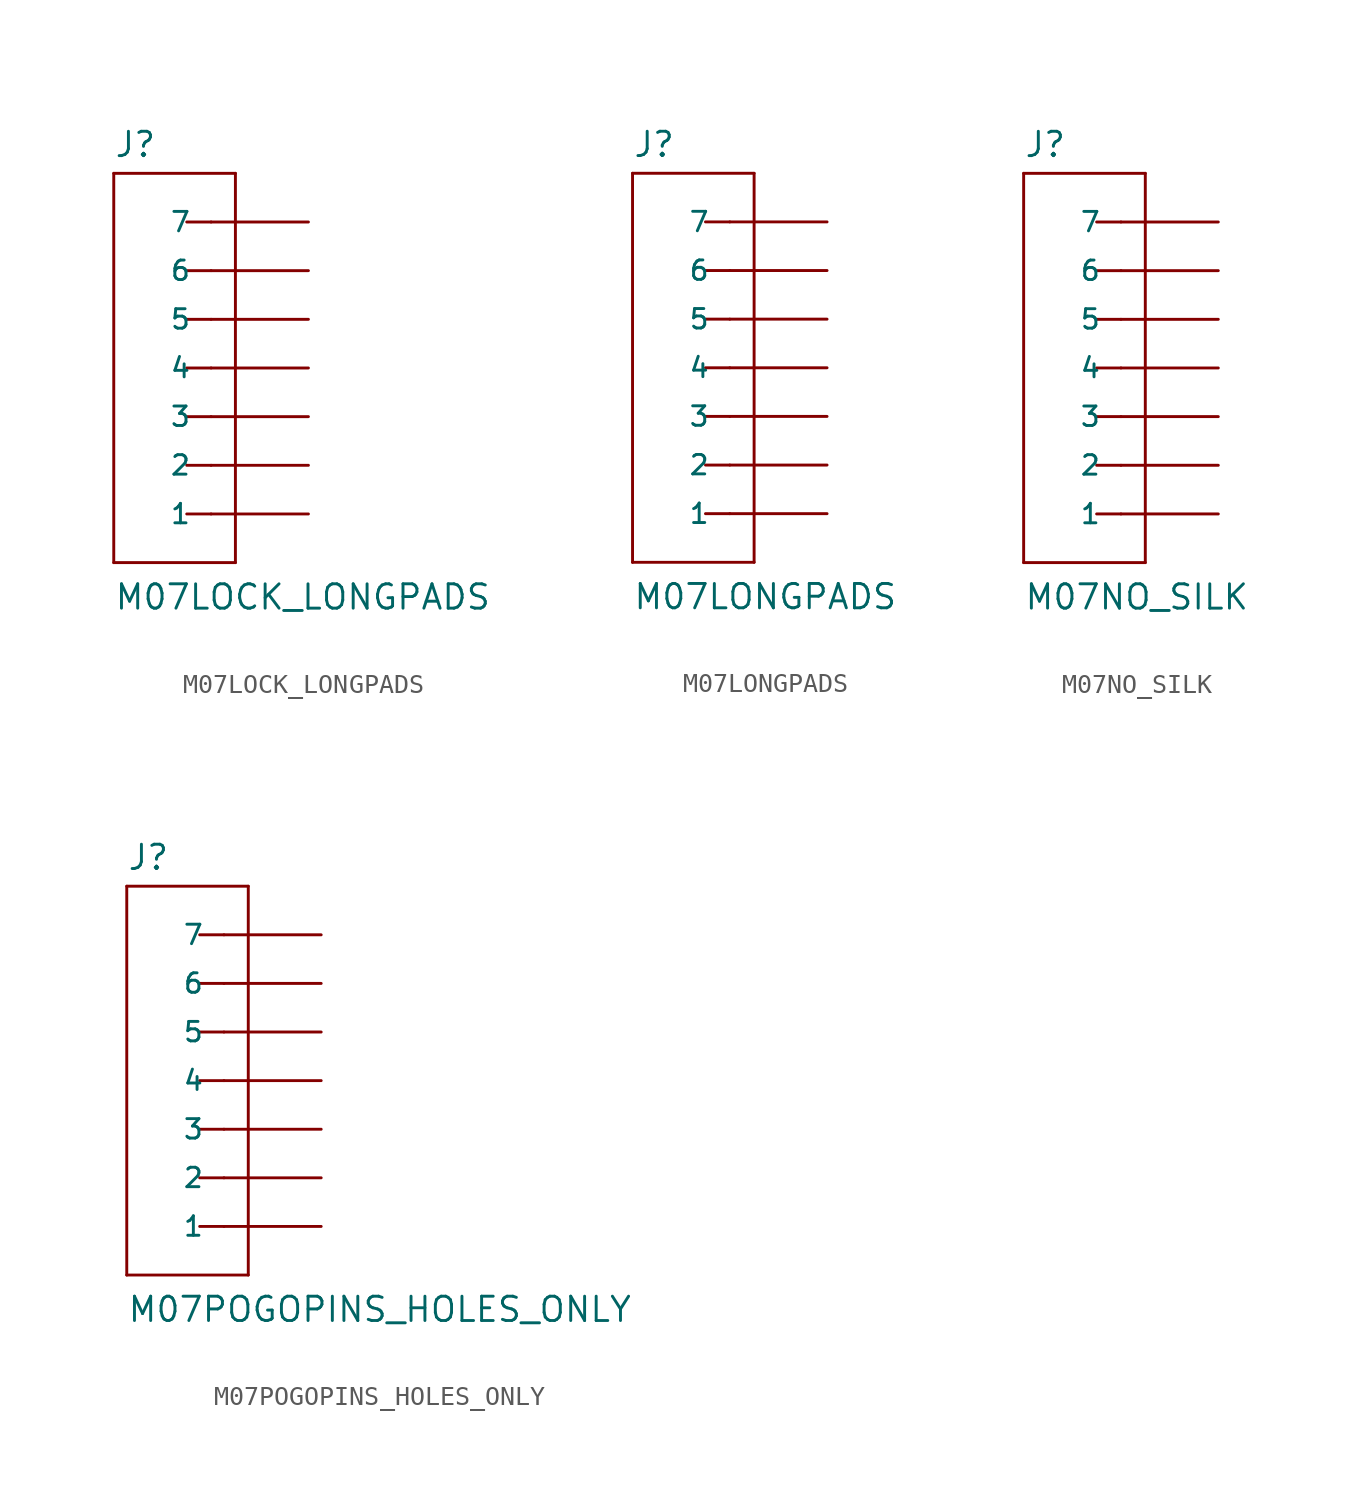
<source format=kicad_sym>
(kicad_symbol_lib
  (version 20211014)
  (generator kicad_symbol_editor)
  (symbol "M07LOCK_LONGPADS"
    (pin_numbers hide)
    (pin_names
      (offset 1.016))
    (property "Reference" "J"
      (at -5.08 13.462 0)
      (effects (font (size 1.27 1.27)) (justify left bottom)))
    (property "Value" "M07LOCK_LONGPADS"
      (at -5.08 -10.16 0)
      (effects (font (size 1.27 1.27)) (justify left bottom)))
    (property "Datasheet" ""
      (at 0 0 0)
      (effects (font (size 1.524 1.524))))
    (property "ki_locked" ""
      (at 0 0 0)
      (effects (font (size 1.27 1.27))))
    (symbol "M07LOCK_LONGPADS_1_0"
      (polyline (pts (xy -5.08 12.7) (xy -5.08 -7.62)) (stroke (width 0) (type default) (color 0 0 0 0)) (fill (type none)))
      (polyline (pts (xy -5.08 12.7) (xy 1.27 12.7)) (stroke (width 0) (type default) (color 0 0 0 0)) (fill (type none)))
      (polyline (pts (xy -1.27 -5.08) (xy 0 -5.08)) (stroke (width 0) (type default) (color 0 0 0 0)) (fill (type none)))
      (polyline (pts (xy -1.27 -2.54) (xy 0 -2.54)) (stroke (width 0) (type default) (color 0 0 0 0)) (fill (type none)))
      (polyline (pts (xy -1.27 0) (xy 0 0)) (stroke (width 0) (type default) (color 0 0 0 0)) (fill (type none)))
      (polyline (pts (xy -1.27 2.54) (xy 0 2.54)) (stroke (width 0) (type default) (color 0 0 0 0)) (fill (type none)))
      (polyline (pts (xy -1.27 5.08) (xy 0 5.08)) (stroke (width 0) (type default) (color 0 0 0 0)) (fill (type none)))
      (polyline (pts (xy -1.27 7.62) (xy 0 7.62)) (stroke (width 0) (type default) (color 0 0 0 0)) (fill (type none)))
      (polyline (pts (xy -1.27 10.16) (xy 0 10.16)) (stroke (width 0) (type default) (color 0 0 0 0)) (fill (type none)))
      (polyline (pts (xy 1.27 -7.62) (xy -5.08 -7.62)) (stroke (width 0) (type default) (color 0 0 0 0)) (fill (type none)))
      (polyline (pts (xy 1.27 -7.62) (xy 1.27 12.7)) (stroke (width 0) (type default) (color 0 0 0 0)) (fill (type none))))
    (symbol "M07LOCK_LONGPADS_1_1"
      (pin passive line (at 5.08 -5.08 180) (length 5.08) (name "1" (effects (font (size 1.016 1.016)))) (number "1" (effects (font (size 1.016 1.016)))))
      (pin passive line (at 5.08 -2.54 180) (length 5.08) (name "2" (effects (font (size 1.016 1.016)))) (number "2" (effects (font (size 1.016 1.016)))))
      (pin passive line (at 5.08 0 180) (length 5.08) (name "3" (effects (font (size 1.016 1.016)))) (number "3" (effects (font (size 1.016 1.016)))))
      (pin passive line (at 5.08 2.54 180) (length 5.08) (name "4" (effects (font (size 1.016 1.016)))) (number "4" (effects (font (size 1.016 1.016)))))
      (pin passive line (at 5.08 5.08 180) (length 5.08) (name "5" (effects (font (size 1.016 1.016)))) (number "5" (effects (font (size 1.016 1.016)))))
      (pin passive line (at 5.08 7.62 180) (length 5.08) (name "6" (effects (font (size 1.016 1.016)))) (number "6" (effects (font (size 1.016 1.016)))))
      (pin passive line (at 5.08 10.16 180) (length 5.08) (name "7" (effects (font (size 1.016 1.016)))) (number "7" (effects (font (size 1.016 1.016)))))))
  (symbol "M07LONGPADS"
    (pin_numbers hide)
    (pin_names
      (offset 1.016))
    (property "Reference" "J"
      (at -5.08 13.462 0)
      (effects (font (size 1.27 1.27)) (justify left bottom)))
    (property "Value" "M07LONGPADS"
      (at -5.08 -10.16 0)
      (effects (font (size 1.27 1.27)) (justify left bottom)))
    (property "Datasheet" ""
      (at 0 0 0)
      (effects (font (size 1.524 1.524))))
    (property "ki_locked" ""
      (at 0 0 0)
      (effects (font (size 1.27 1.27))))
    (symbol "M07LONGPADS_1_0"
      (polyline (pts (xy -5.08 12.7) (xy -5.08 -7.62)) (stroke (width 0) (type default) (color 0 0 0 0)) (fill (type none)))
      (polyline (pts (xy -5.08 12.7) (xy 1.27 12.7)) (stroke (width 0) (type default) (color 0 0 0 0)) (fill (type none)))
      (polyline (pts (xy -1.27 -5.08) (xy 0 -5.08)) (stroke (width 0) (type default) (color 0 0 0 0)) (fill (type none)))
      (polyline (pts (xy -1.27 -2.54) (xy 0 -2.54)) (stroke (width 0) (type default) (color 0 0 0 0)) (fill (type none)))
      (polyline (pts (xy -1.27 0) (xy 0 0)) (stroke (width 0) (type default) (color 0 0 0 0)) (fill (type none)))
      (polyline (pts (xy -1.27 2.54) (xy 0 2.54)) (stroke (width 0) (type default) (color 0 0 0 0)) (fill (type none)))
      (polyline (pts (xy -1.27 5.08) (xy 0 5.08)) (stroke (width 0) (type default) (color 0 0 0 0)) (fill (type none)))
      (polyline (pts (xy -1.27 7.62) (xy 0 7.62)) (stroke (width 0) (type default) (color 0 0 0 0)) (fill (type none)))
      (polyline (pts (xy -1.27 10.16) (xy 0 10.16)) (stroke (width 0) (type default) (color 0 0 0 0)) (fill (type none)))
      (polyline (pts (xy 1.27 -7.62) (xy -5.08 -7.62)) (stroke (width 0) (type default) (color 0 0 0 0)) (fill (type none)))
      (polyline (pts (xy 1.27 -7.62) (xy 1.27 12.7)) (stroke (width 0) (type default) (color 0 0 0 0)) (fill (type none))))
    (symbol "M07LONGPADS_1_1"
      (pin passive line (at 5.08 -5.08 180) (length 5.08) (name "1" (effects (font (size 1.016 1.016)))) (number "1" (effects (font (size 1.016 1.016)))))
      (pin passive line (at 5.08 -2.54 180) (length 5.08) (name "2" (effects (font (size 1.016 1.016)))) (number "2" (effects (font (size 1.016 1.016)))))
      (pin passive line (at 5.08 0 180) (length 5.08) (name "3" (effects (font (size 1.016 1.016)))) (number "3" (effects (font (size 1.016 1.016)))))
      (pin passive line (at 5.08 2.54 180) (length 5.08) (name "4" (effects (font (size 1.016 1.016)))) (number "4" (effects (font (size 1.016 1.016)))))
      (pin passive line (at 5.08 5.08 180) (length 5.08) (name "5" (effects (font (size 1.016 1.016)))) (number "5" (effects (font (size 1.016 1.016)))))
      (pin passive line (at 5.08 7.62 180) (length 5.08) (name "6" (effects (font (size 1.016 1.016)))) (number "6" (effects (font (size 1.016 1.016)))))
      (pin passive line (at 5.08 10.16 180) (length 5.08) (name "7" (effects (font (size 1.016 1.016)))) (number "7" (effects (font (size 1.016 1.016)))))))
  (symbol "M07NO_SILK"
    (pin_numbers hide)
    (pin_names
      (offset 1.016))
    (property "Reference" "J"
      (at -5.08 13.462 0)
      (effects (font (size 1.27 1.27)) (justify left bottom)))
    (property "Value" "M07NO_SILK"
      (at -5.08 -10.16 0)
      (effects (font (size 1.27 1.27)) (justify left bottom)))
    (property "Datasheet" ""
      (at 0 0 0)
      (effects (font (size 1.524 1.524))))
    (property "ki_locked" ""
      (at 0 0 0)
      (effects (font (size 1.27 1.27))))
    (symbol "M07NO_SILK_1_0"
      (polyline (pts (xy -5.08 12.7) (xy -5.08 -7.62)) (stroke (width 0) (type default) (color 0 0 0 0)) (fill (type none)))
      (polyline (pts (xy -5.08 12.7) (xy 1.27 12.7)) (stroke (width 0) (type default) (color 0 0 0 0)) (fill (type none)))
      (polyline (pts (xy -1.27 -5.08) (xy 0 -5.08)) (stroke (width 0) (type default) (color 0 0 0 0)) (fill (type none)))
      (polyline (pts (xy -1.27 -2.54) (xy 0 -2.54)) (stroke (width 0) (type default) (color 0 0 0 0)) (fill (type none)))
      (polyline (pts (xy -1.27 0) (xy 0 0)) (stroke (width 0) (type default) (color 0 0 0 0)) (fill (type none)))
      (polyline (pts (xy -1.27 2.54) (xy 0 2.54)) (stroke (width 0) (type default) (color 0 0 0 0)) (fill (type none)))
      (polyline (pts (xy -1.27 5.08) (xy 0 5.08)) (stroke (width 0) (type default) (color 0 0 0 0)) (fill (type none)))
      (polyline (pts (xy -1.27 7.62) (xy 0 7.62)) (stroke (width 0) (type default) (color 0 0 0 0)) (fill (type none)))
      (polyline (pts (xy -1.27 10.16) (xy 0 10.16)) (stroke (width 0) (type default) (color 0 0 0 0)) (fill (type none)))
      (polyline (pts (xy 1.27 -7.62) (xy -5.08 -7.62)) (stroke (width 0) (type default) (color 0 0 0 0)) (fill (type none)))
      (polyline (pts (xy 1.27 -7.62) (xy 1.27 12.7)) (stroke (width 0) (type default) (color 0 0 0 0)) (fill (type none))))
    (symbol "M07NO_SILK_1_1"
      (pin passive line (at 5.08 -5.08 180) (length 5.08) (name "1" (effects (font (size 1.016 1.016)))) (number "1" (effects (font (size 1.016 1.016)))))
      (pin passive line (at 5.08 -2.54 180) (length 5.08) (name "2" (effects (font (size 1.016 1.016)))) (number "2" (effects (font (size 1.016 1.016)))))
      (pin passive line (at 5.08 0 180) (length 5.08) (name "3" (effects (font (size 1.016 1.016)))) (number "3" (effects (font (size 1.016 1.016)))))
      (pin passive line (at 5.08 2.54 180) (length 5.08) (name "4" (effects (font (size 1.016 1.016)))) (number "4" (effects (font (size 1.016 1.016)))))
      (pin passive line (at 5.08 5.08 180) (length 5.08) (name "5" (effects (font (size 1.016 1.016)))) (number "5" (effects (font (size 1.016 1.016)))))
      (pin passive line (at 5.08 7.62 180) (length 5.08) (name "6" (effects (font (size 1.016 1.016)))) (number "6" (effects (font (size 1.016 1.016)))))
      (pin passive line (at 5.08 10.16 180) (length 5.08) (name "7" (effects (font (size 1.016 1.016)))) (number "7" (effects (font (size 1.016 1.016)))))))
  (symbol "M07POGOPINS_HOLES_ONLY"
    (pin_numbers hide)
    (pin_names
      (offset 1.016))
    (property "Reference" "J"
      (at -5.08 13.462 0)
      (effects (font (size 1.27 1.27)) (justify left bottom)))
    (property "Value" "M07POGOPINS_HOLES_ONLY"
      (at -5.08 -10.16 0)
      (effects (font (size 1.27 1.27)) (justify left bottom)))
    (property "Datasheet" ""
      (at 0 0 0)
      (effects (font (size 1.524 1.524))))
    (property "ki_locked" ""
      (at 0 0 0)
      (effects (font (size 1.27 1.27))))
    (symbol "M07POGOPINS_HOLES_ONLY_1_0"
      (polyline (pts (xy -5.08 12.7) (xy -5.08 -7.62)) (stroke (width 0) (type default) (color 0 0 0 0)) (fill (type none)))
      (polyline (pts (xy -5.08 12.7) (xy 1.27 12.7)) (stroke (width 0) (type default) (color 0 0 0 0)) (fill (type none)))
      (polyline (pts (xy -1.27 -5.08) (xy 0 -5.08)) (stroke (width 0) (type default) (color 0 0 0 0)) (fill (type none)))
      (polyline (pts (xy -1.27 -2.54) (xy 0 -2.54)) (stroke (width 0) (type default) (color 0 0 0 0)) (fill (type none)))
      (polyline (pts (xy -1.27 0) (xy 0 0)) (stroke (width 0) (type default) (color 0 0 0 0)) (fill (type none)))
      (polyline (pts (xy -1.27 2.54) (xy 0 2.54)) (stroke (width 0) (type default) (color 0 0 0 0)) (fill (type none)))
      (polyline (pts (xy -1.27 5.08) (xy 0 5.08)) (stroke (width 0) (type default) (color 0 0 0 0)) (fill (type none)))
      (polyline (pts (xy -1.27 7.62) (xy 0 7.62)) (stroke (width 0) (type default) (color 0 0 0 0)) (fill (type none)))
      (polyline (pts (xy -1.27 10.16) (xy 0 10.16)) (stroke (width 0) (type default) (color 0 0 0 0)) (fill (type none)))
      (polyline (pts (xy 1.27 -7.62) (xy -5.08 -7.62)) (stroke (width 0) (type default) (color 0 0 0 0)) (fill (type none)))
      (polyline (pts (xy 1.27 -7.62) (xy 1.27 12.7)) (stroke (width 0) (type default) (color 0 0 0 0)) (fill (type none))))
    (symbol "M07POGOPINS_HOLES_ONLY_1_1"
      (pin passive line (at 5.08 -5.08 180) (length 5.08) (name "1" (effects (font (size 1.016 1.016)))) (number "1" (effects (font (size 1.016 1.016)))))
      (pin passive line (at 5.08 -2.54 180) (length 5.08) (name "2" (effects (font (size 1.016 1.016)))) (number "2" (effects (font (size 1.016 1.016)))))
      (pin passive line (at 5.08 0 180) (length 5.08) (name "3" (effects (font (size 1.016 1.016)))) (number "3" (effects (font (size 1.016 1.016)))))
      (pin passive line (at 5.08 2.54 180) (length 5.08) (name "4" (effects (font (size 1.016 1.016)))) (number "4" (effects (font (size 1.016 1.016)))))
      (pin passive line (at 5.08 5.08 180) (length 5.08) (name "5" (effects (font (size 1.016 1.016)))) (number "5" (effects (font (size 1.016 1.016)))))
      (pin passive line (at 5.08 7.62 180) (length 5.08) (name "6" (effects (font (size 1.016 1.016)))) (number "6" (effects (font (size 1.016 1.016)))))
      (pin passive line (at 5.08 10.16 180) (length 5.08) (name "7" (effects (font (size 1.016 1.016)))) (number "7" (effects (font (size 1.016 1.016))))))))
</source>
